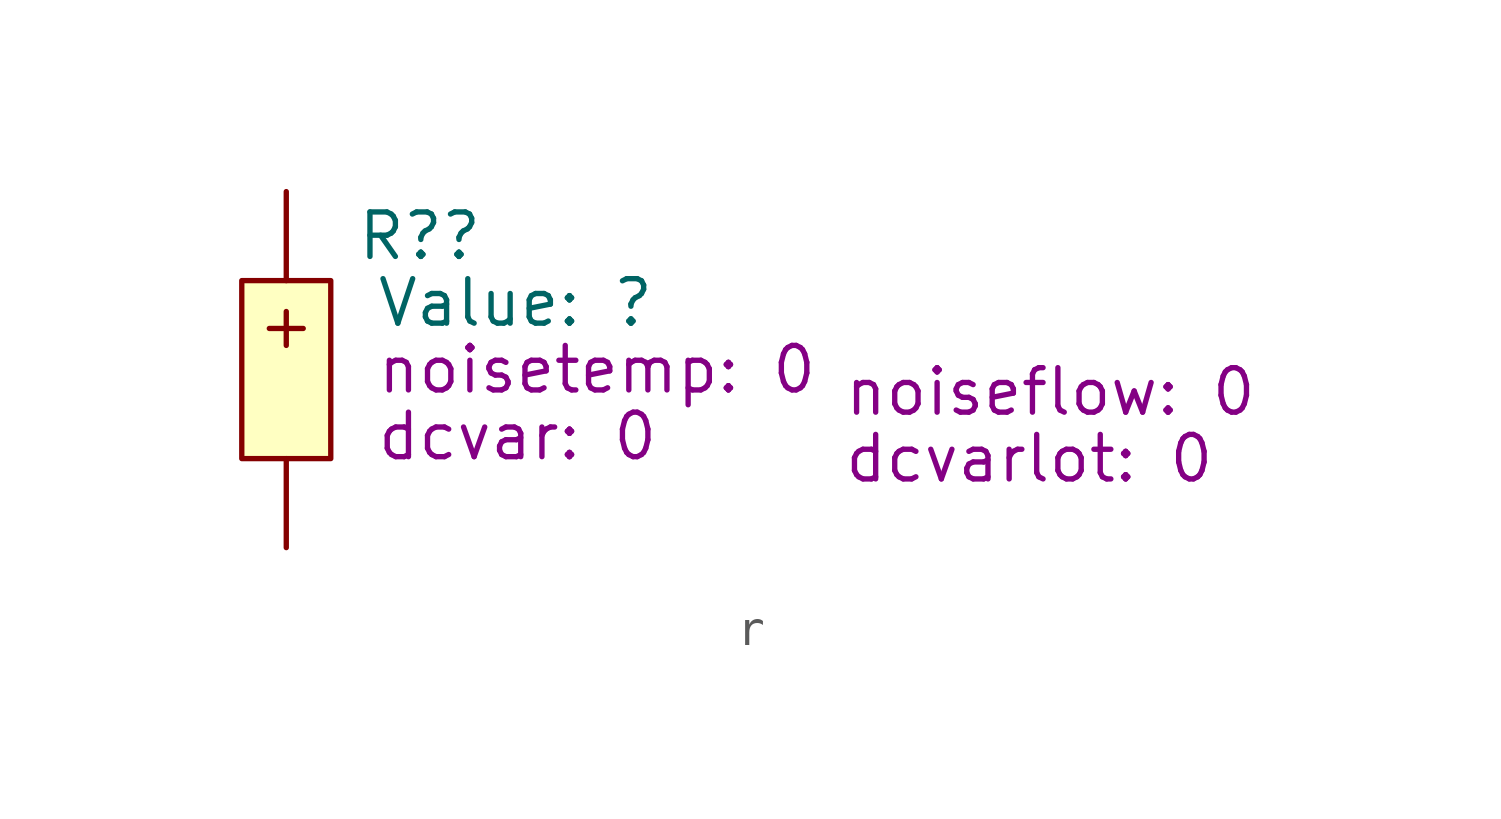
<source format=kicad_sym>
(kicad_symbol_lib
  (version 20241209)
  (generator "kicad_symbol_editor")
  (generator_version "9.0")
  (symbol "r"
    (pin_numbers
      (hide yes))
    (pin_names
      (offset 1.016)
      (hide yes))
    (property "Reference" "R?"
      (at 3.81 3.81 0)
      (effects (font (size 1.27 1.27))))
    (property "Value" "?"
      (at 2.54 1.905 0)
      (show_name)
      (effects (font (size 1.27 1.27)) (justify left)))
    (property "noisetemp" "0"
      (at 2.54 0 0)
      (show_name)
      (effects (font (size 1.27 1.27)) (justify left)))
    (property "noiseflow" "0"
      (at 15.875 -0.635 0)
      (show_name)
      (effects (font (size 1.27 1.27)) (justify left)))
    (property "dcvar" "0"
      (at 2.54 -1.905 0)
      (show_name)
      (effects (font (size 1.27 1.27)) (justify left)))
    (property "dcvarlot" "0"
      (at 15.875 -2.54 0)
      (show_name)
      (effects (font (size 1.27 1.27)) (justify left)))
    (symbol "r_0_0"
      (text "+" (at 0 1.27 0) (effects (font (size 1.27 1.27)))))
    (symbol "r_1_0"
      (pin passive line (at 0 5.08 270) (length 2.54) (name "1" (effects (font (size 1.27 1.27)))) (number "1" (effects (font (size 1.27 1.27)))))
      (pin passive line (at 0 -5.08 90) (length 2.54) (name "2" (effects (font (size 1.27 1.27)))) (number "2" (effects (font (size 1.27 1.27))))))
    (symbol "r_1_1"
      (rectangle (start -1.27 2.54) (end 1.27 -2.54) (stroke (width 0) (type solid)) (fill (type background))))))
</source>
